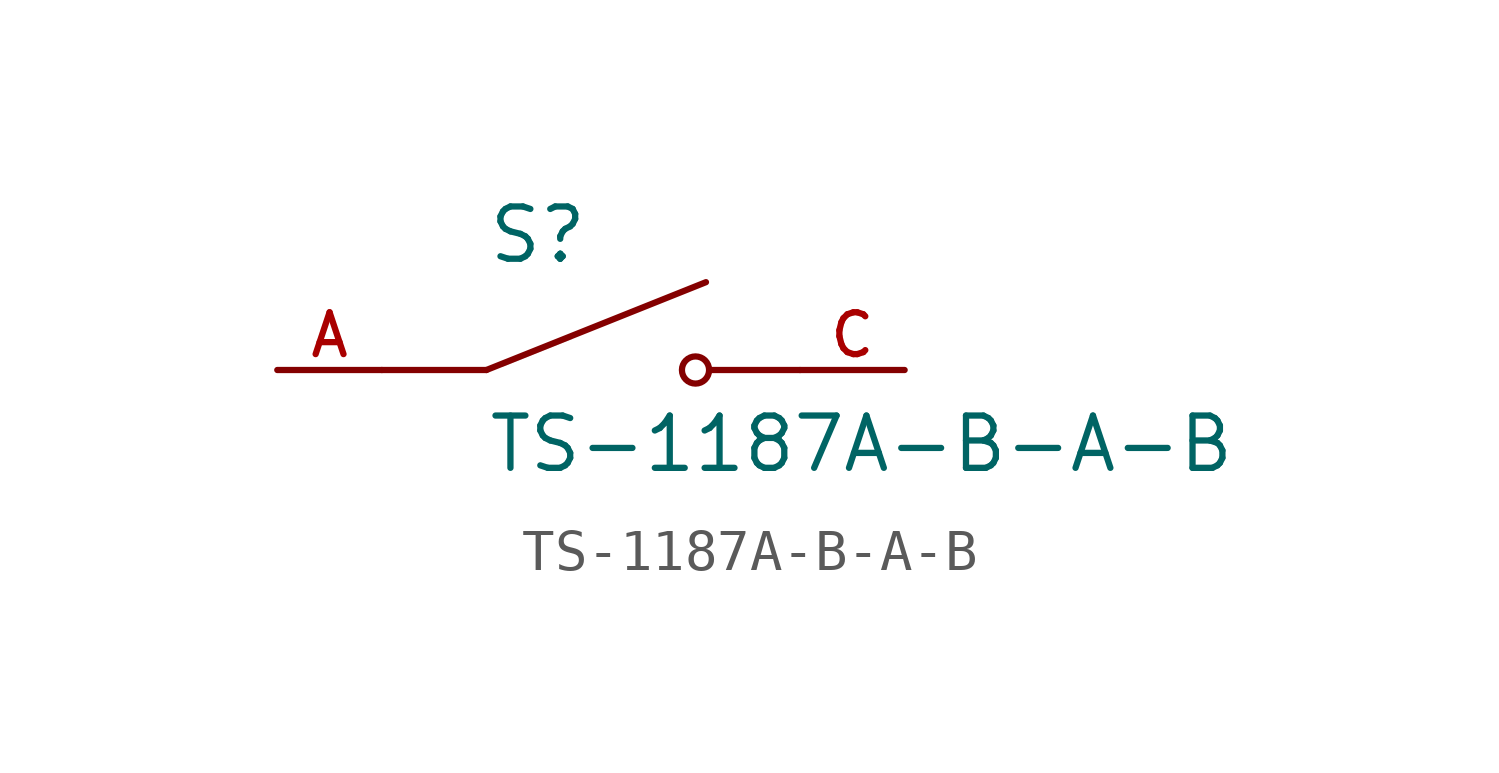
<source format=kicad_sym>
(kicad_symbol_lib
  (version 20211014)
  (generator kicad_symbol_editor)
  (symbol "TS-1187A-B-A-B"
    (pin_names
      (offset 1.016) hide)
    (property "Reference" "S"
      (at -2.54 2.54 0)
      (effects (font (size 1.27 1.27)) (justify left bottom)))
    (property "Value" "TS-1187A-B-A-B"
      (at -2.54 -2.54 0)
      (effects (font (size 1.27 1.27)) (justify left bottom)))
    (symbol "TS-1187A-B-A-B_0_0"
      (polyline (pts (xy -2.54 0) (xy -5.08 0)) (stroke (width 0.152) (type default) (color 0 0 0 0)) (fill (type none)))
      (polyline (pts (xy -2.54 0) (xy 2.794 2.134)) (stroke (width 0.152) (type default) (color 0 0 0 0)) (fill (type none)))
      (polyline (pts (xy 5.08 0) (xy 2.921 0)) (stroke (width 0.152) (type default) (color 0 0 0 0)) (fill (type none)))
      (circle (center 2.54 0) (radius 0.33) (stroke (width 0.152) (type default) (color 0 0 0 0)) (fill (type none)))
      (pin passive line (at -7.62 0 0) (length 2.54) (name "~" (effects (font (size 1.016 1.016)))) (number "A" (effects (font (size 1.016 1.016)))))
      (pin passive line (at -7.62 0 0) (length 2.54) hide (name "e" (effects (font (size 1.016 1.016)))) (number "B" (effects (font (size 1.016 1.016)))))
      (pin passive line (at 7.62 0 180) (length 2.54) (name "~" (effects (font (size 1.016 1.016)))) (number "C" (effects (font (size 1.016 1.016)))))
      (pin passive line (at 7.62 0 180) (length 2.54) hide (name "~" (effects (font (size 1.016 1.016)))) (number "D" (effects (font (size 1.016 1.016))))))))
</source>
